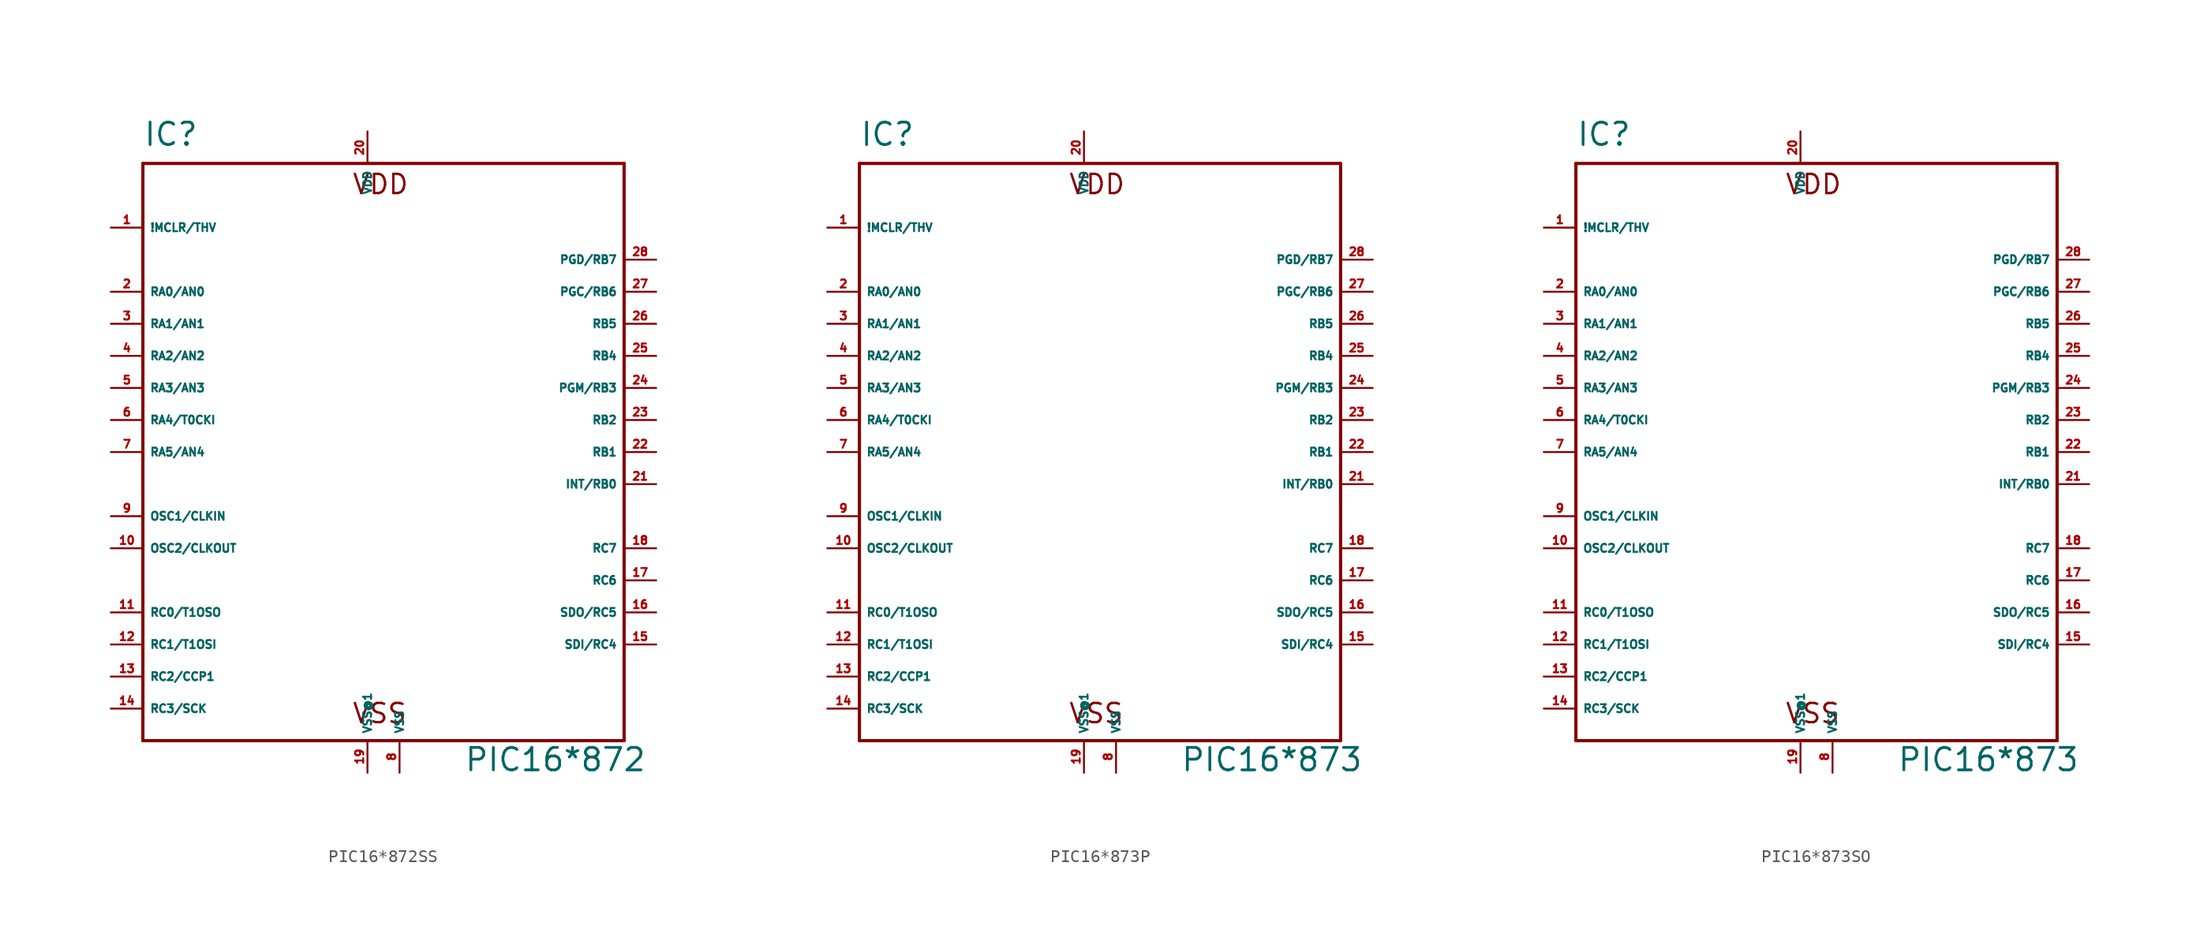
<source format=kicad_sym>
(kicad_symbol_lib
  (version 20220914)
  (generator Eagle2Kicad)
  (symbol "PIC16*872SS"
    (property "Reference" "IC"
      (at -17.78 24.13 0)
      (effects (font (size 1.778 1.778) (thickness 0.22)) (justify left bottom)))
    (property "Value" "PIC16*872"
      (at 7.62 -25.4 0)
      (effects (font (size 1.778 1.778) (thickness 0.22)) (justify left bottom)))
    (polyline
      (pts (xy -17.78 22.86) (xy 20.32 22.86))
      (stroke (width 0.254) (type default))
      (fill (type none)))
    (polyline
      (pts (xy 20.32 22.86) (xy 20.32 -22.86))
      (stroke (width 0.254) (type default))
      (fill (type none)))
    (polyline
      (pts (xy 20.32 -22.86) (xy -17.78 -22.86))
      (stroke (width 0.254) (type default))
      (fill (type none)))
    (polyline
      (pts (xy -17.78 -22.86) (xy -17.78 22.86))
      (stroke (width 0.254) (type default))
      (fill (type none)))
    (text "VDD"
      (at -1.27 20.32 0)
      (effects (font (size 1.524 1.524) (thickness 0.19)) (justify left bottom)))
    (text "VSS"
      (at -1.27 -21.59 0)
      (effects (font (size 1.524 1.524) (thickness 0.19)) (justify left bottom)))
    (pin input line
      (at -20.32 17.78 0)
      (length 2.54)
      (name "!MCLR/THV" (effects (font (size 0.635 0.635) (thickness 0.08)) (justify left bottom)))
      (number "1" (effects (font (size 0.635 0.635) (thickness 0.08)) (justify left bottom))))
    (pin bidirectional line
      (at -20.32 12.7 0)
      (length 2.54)
      (name "RA0/AN0" (effects (font (size 0.635 0.635) (thickness 0.08)) (justify left bottom)))
      (number "2" (effects (font (size 0.635 0.635) (thickness 0.08)) (justify left bottom))))
    (pin bidirectional line
      (at -20.32 10.16 0)
      (length 2.54)
      (name "RA1/AN1" (effects (font (size 0.635 0.635) (thickness 0.08)) (justify left bottom)))
      (number "3" (effects (font (size 0.635 0.635) (thickness 0.08)) (justify left bottom))))
    (pin bidirectional line
      (at -20.32 7.62 0)
      (length 2.54)
      (name "RA2/AN2" (effects (font (size 0.635 0.635) (thickness 0.08)) (justify left bottom)))
      (number "4" (effects (font (size 0.635 0.635) (thickness 0.08)) (justify left bottom))))
    (pin bidirectional line
      (at -20.32 5.08 0)
      (length 2.54)
      (name "RA3/AN3" (effects (font (size 0.635 0.635) (thickness 0.08)) (justify left bottom)))
      (number "5" (effects (font (size 0.635 0.635) (thickness 0.08)) (justify left bottom))))
    (pin bidirectional line
      (at -20.32 2.54 0)
      (length 2.54)
      (name "RA4/T0CKI" (effects (font (size 0.635 0.635) (thickness 0.08)) (justify left bottom)))
      (number "6" (effects (font (size 0.635 0.635) (thickness 0.08)) (justify left bottom))))
    (pin bidirectional line
      (at -20.32 0 0)
      (length 2.54)
      (name "RA5/AN4" (effects (font (size 0.635 0.635) (thickness 0.08)) (justify left bottom)))
      (number "7" (effects (font (size 0.635 0.635) (thickness 0.08)) (justify left bottom))))
    (pin input line
      (at -20.32 -5.08 0)
      (length 2.54)
      (name "OSC1/CLKIN" (effects (font (size 0.635 0.635) (thickness 0.08)) (justify left bottom)))
      (number "9" (effects (font (size 0.635 0.635) (thickness 0.08)) (justify left bottom))))
    (pin output line
      (at -20.32 -7.62 0)
      (length 2.54)
      (name "OSC2/CLKOUT" (effects (font (size 0.635 0.635) (thickness 0.08)) (justify left bottom)))
      (number "10" (effects (font (size 0.635 0.635) (thickness 0.08)) (justify left bottom))))
    (pin bidirectional line
      (at -20.32 -12.7 0)
      (length 2.54)
      (name "RC0/T1OSO" (effects (font (size 0.635 0.635) (thickness 0.08)) (justify left bottom)))
      (number "11" (effects (font (size 0.635 0.635) (thickness 0.08)) (justify left bottom))))
    (pin bidirectional line
      (at -20.32 -15.24 0)
      (length 2.54)
      (name "RC1/T1OSI" (effects (font (size 0.635 0.635) (thickness 0.08)) (justify left bottom)))
      (number "12" (effects (font (size 0.635 0.635) (thickness 0.08)) (justify left bottom))))
    (pin bidirectional line
      (at -20.32 -17.78 0)
      (length 2.54)
      (name "RC2/CCP1" (effects (font (size 0.635 0.635) (thickness 0.08)) (justify left bottom)))
      (number "13" (effects (font (size 0.635 0.635) (thickness 0.08)) (justify left bottom))))
    (pin bidirectional line
      (at -20.32 -20.32 0)
      (length 2.54)
      (name "RC3/SCK" (effects (font (size 0.635 0.635) (thickness 0.08)) (justify left bottom)))
      (number "14" (effects (font (size 0.635 0.635) (thickness 0.08)) (justify left bottom))))
    (pin bidirectional line
      (at 22.86 -15.24 180)
      (length 2.54)
      (name "SDI/RC4" (effects (font (size 0.635 0.635) (thickness 0.08)) (justify left bottom)))
      (number "15" (effects (font (size 0.635 0.635) (thickness 0.08)) (justify left bottom))))
    (pin bidirectional line
      (at 22.86 -12.7 180)
      (length 2.54)
      (name "SDO/RC5" (effects (font (size 0.635 0.635) (thickness 0.08)) (justify left bottom)))
      (number "16" (effects (font (size 0.635 0.635) (thickness 0.08)) (justify left bottom))))
    (pin bidirectional line
      (at 22.86 -10.16 180)
      (length 2.54)
      (name "RC6" (effects (font (size 0.635 0.635) (thickness 0.08)) (justify left bottom)))
      (number "17" (effects (font (size 0.635 0.635) (thickness 0.08)) (justify left bottom))))
    (pin bidirectional line
      (at 22.86 -7.62 180)
      (length 2.54)
      (name "RC7" (effects (font (size 0.635 0.635) (thickness 0.08)) (justify left bottom)))
      (number "18" (effects (font (size 0.635 0.635) (thickness 0.08)) (justify left bottom))))
    (pin unspecified line
      (at 2.54 -25.4 90)
      (length 2.54)
      (name "VSS" (effects (font (size 0.635 0.635) (thickness 0.08)) (justify left bottom)))
      (number "8" (effects (font (size 0.635 0.635) (thickness 0.08)) (justify left bottom))))
    (pin unspecified line
      (at 0 25.4 270)
      (length 2.54)
      (name "VDD" (effects (font (size 0.635 0.635) (thickness 0.08)) (justify left bottom)))
      (number "20" (effects (font (size 0.635 0.635) (thickness 0.08)) (justify left bottom))))
    (pin bidirectional line
      (at 22.86 -2.54 180)
      (length 2.54)
      (name "INT/RB0" (effects (font (size 0.635 0.635) (thickness 0.08)) (justify left bottom)))
      (number "21" (effects (font (size 0.635 0.635) (thickness 0.08)) (justify left bottom))))
    (pin bidirectional line
      (at 22.86 0 180)
      (length 2.54)
      (name "RB1" (effects (font (size 0.635 0.635) (thickness 0.08)) (justify left bottom)))
      (number "22" (effects (font (size 0.635 0.635) (thickness 0.08)) (justify left bottom))))
    (pin bidirectional line
      (at 22.86 2.54 180)
      (length 2.54)
      (name "RB2" (effects (font (size 0.635 0.635) (thickness 0.08)) (justify left bottom)))
      (number "23" (effects (font (size 0.635 0.635) (thickness 0.08)) (justify left bottom))))
    (pin bidirectional line
      (at 22.86 5.08 180)
      (length 2.54)
      (name "PGM/RB3" (effects (font (size 0.635 0.635) (thickness 0.08)) (justify left bottom)))
      (number "24" (effects (font (size 0.635 0.635) (thickness 0.08)) (justify left bottom))))
    (pin bidirectional line
      (at 22.86 7.62 180)
      (length 2.54)
      (name "RB4" (effects (font (size 0.635 0.635) (thickness 0.08)) (justify left bottom)))
      (number "25" (effects (font (size 0.635 0.635) (thickness 0.08)) (justify left bottom))))
    (pin bidirectional line
      (at 22.86 10.16 180)
      (length 2.54)
      (name "RB5" (effects (font (size 0.635 0.635) (thickness 0.08)) (justify left bottom)))
      (number "26" (effects (font (size 0.635 0.635) (thickness 0.08)) (justify left bottom))))
    (pin bidirectional line
      (at 22.86 12.7 180)
      (length 2.54)
      (name "PGC/RB6" (effects (font (size 0.635 0.635) (thickness 0.08)) (justify left bottom)))
      (number "27" (effects (font (size 0.635 0.635) (thickness 0.08)) (justify left bottom))))
    (pin bidirectional line
      (at 22.86 15.24 180)
      (length 2.54)
      (name "PGD/RB7" (effects (font (size 0.635 0.635) (thickness 0.08)) (justify left bottom)))
      (number "28" (effects (font (size 0.635 0.635) (thickness 0.08)) (justify left bottom))))
    (pin unspecified line
      (at 0 -25.4 90)
      (length 2.54)
      (name "VSS@1" (effects (font (size 0.635 0.635) (thickness 0.08)) (justify left bottom)))
      (number "19" (effects (font (size 0.635 0.635) (thickness 0.08)) (justify left bottom)))))
  (symbol "PIC16*873P"
    (property "Reference" "IC"
      (at -17.78 24.13 0)
      (effects (font (size 1.778 1.778) (thickness 0.22)) (justify left bottom)))
    (property "Value" "PIC16*873"
      (at 7.62 -25.4 0)
      (effects (font (size 1.778 1.778) (thickness 0.22)) (justify left bottom)))
    (polyline
      (pts (xy -17.78 22.86) (xy 20.32 22.86))
      (stroke (width 0.254) (type default))
      (fill (type none)))
    (polyline
      (pts (xy 20.32 22.86) (xy 20.32 -22.86))
      (stroke (width 0.254) (type default))
      (fill (type none)))
    (polyline
      (pts (xy 20.32 -22.86) (xy -17.78 -22.86))
      (stroke (width 0.254) (type default))
      (fill (type none)))
    (polyline
      (pts (xy -17.78 -22.86) (xy -17.78 22.86))
      (stroke (width 0.254) (type default))
      (fill (type none)))
    (text "VDD"
      (at -1.27 20.32 0)
      (effects (font (size 1.524 1.524) (thickness 0.19)) (justify left bottom)))
    (text "VSS"
      (at -1.27 -21.59 0)
      (effects (font (size 1.524 1.524) (thickness 0.19)) (justify left bottom)))
    (pin input line
      (at -20.32 17.78 0)
      (length 2.54)
      (name "!MCLR/THV" (effects (font (size 0.635 0.635) (thickness 0.08)) (justify left bottom)))
      (number "1" (effects (font (size 0.635 0.635) (thickness 0.08)) (justify left bottom))))
    (pin bidirectional line
      (at -20.32 12.7 0)
      (length 2.54)
      (name "RA0/AN0" (effects (font (size 0.635 0.635) (thickness 0.08)) (justify left bottom)))
      (number "2" (effects (font (size 0.635 0.635) (thickness 0.08)) (justify left bottom))))
    (pin bidirectional line
      (at -20.32 10.16 0)
      (length 2.54)
      (name "RA1/AN1" (effects (font (size 0.635 0.635) (thickness 0.08)) (justify left bottom)))
      (number "3" (effects (font (size 0.635 0.635) (thickness 0.08)) (justify left bottom))))
    (pin bidirectional line
      (at -20.32 7.62 0)
      (length 2.54)
      (name "RA2/AN2" (effects (font (size 0.635 0.635) (thickness 0.08)) (justify left bottom)))
      (number "4" (effects (font (size 0.635 0.635) (thickness 0.08)) (justify left bottom))))
    (pin bidirectional line
      (at -20.32 5.08 0)
      (length 2.54)
      (name "RA3/AN3" (effects (font (size 0.635 0.635) (thickness 0.08)) (justify left bottom)))
      (number "5" (effects (font (size 0.635 0.635) (thickness 0.08)) (justify left bottom))))
    (pin bidirectional line
      (at -20.32 2.54 0)
      (length 2.54)
      (name "RA4/T0CKI" (effects (font (size 0.635 0.635) (thickness 0.08)) (justify left bottom)))
      (number "6" (effects (font (size 0.635 0.635) (thickness 0.08)) (justify left bottom))))
    (pin bidirectional line
      (at -20.32 0 0)
      (length 2.54)
      (name "RA5/AN4" (effects (font (size 0.635 0.635) (thickness 0.08)) (justify left bottom)))
      (number "7" (effects (font (size 0.635 0.635) (thickness 0.08)) (justify left bottom))))
    (pin input line
      (at -20.32 -5.08 0)
      (length 2.54)
      (name "OSC1/CLKIN" (effects (font (size 0.635 0.635) (thickness 0.08)) (justify left bottom)))
      (number "9" (effects (font (size 0.635 0.635) (thickness 0.08)) (justify left bottom))))
    (pin output line
      (at -20.32 -7.62 0)
      (length 2.54)
      (name "OSC2/CLKOUT" (effects (font (size 0.635 0.635) (thickness 0.08)) (justify left bottom)))
      (number "10" (effects (font (size 0.635 0.635) (thickness 0.08)) (justify left bottom))))
    (pin bidirectional line
      (at -20.32 -12.7 0)
      (length 2.54)
      (name "RC0/T1OSO" (effects (font (size 0.635 0.635) (thickness 0.08)) (justify left bottom)))
      (number "11" (effects (font (size 0.635 0.635) (thickness 0.08)) (justify left bottom))))
    (pin bidirectional line
      (at -20.32 -15.24 0)
      (length 2.54)
      (name "RC1/T1OSI" (effects (font (size 0.635 0.635) (thickness 0.08)) (justify left bottom)))
      (number "12" (effects (font (size 0.635 0.635) (thickness 0.08)) (justify left bottom))))
    (pin bidirectional line
      (at -20.32 -17.78 0)
      (length 2.54)
      (name "RC2/CCP1" (effects (font (size 0.635 0.635) (thickness 0.08)) (justify left bottom)))
      (number "13" (effects (font (size 0.635 0.635) (thickness 0.08)) (justify left bottom))))
    (pin bidirectional line
      (at -20.32 -20.32 0)
      (length 2.54)
      (name "RC3/SCK" (effects (font (size 0.635 0.635) (thickness 0.08)) (justify left bottom)))
      (number "14" (effects (font (size 0.635 0.635) (thickness 0.08)) (justify left bottom))))
    (pin bidirectional line
      (at 22.86 -15.24 180)
      (length 2.54)
      (name "SDI/RC4" (effects (font (size 0.635 0.635) (thickness 0.08)) (justify left bottom)))
      (number "15" (effects (font (size 0.635 0.635) (thickness 0.08)) (justify left bottom))))
    (pin bidirectional line
      (at 22.86 -12.7 180)
      (length 2.54)
      (name "SDO/RC5" (effects (font (size 0.635 0.635) (thickness 0.08)) (justify left bottom)))
      (number "16" (effects (font (size 0.635 0.635) (thickness 0.08)) (justify left bottom))))
    (pin bidirectional line
      (at 22.86 -10.16 180)
      (length 2.54)
      (name "RC6" (effects (font (size 0.635 0.635) (thickness 0.08)) (justify left bottom)))
      (number "17" (effects (font (size 0.635 0.635) (thickness 0.08)) (justify left bottom))))
    (pin bidirectional line
      (at 22.86 -7.62 180)
      (length 2.54)
      (name "RC7" (effects (font (size 0.635 0.635) (thickness 0.08)) (justify left bottom)))
      (number "18" (effects (font (size 0.635 0.635) (thickness 0.08)) (justify left bottom))))
    (pin unspecified line
      (at 2.54 -25.4 90)
      (length 2.54)
      (name "VSS" (effects (font (size 0.635 0.635) (thickness 0.08)) (justify left bottom)))
      (number "8" (effects (font (size 0.635 0.635) (thickness 0.08)) (justify left bottom))))
    (pin unspecified line
      (at 0 25.4 270)
      (length 2.54)
      (name "VDD" (effects (font (size 0.635 0.635) (thickness 0.08)) (justify left bottom)))
      (number "20" (effects (font (size 0.635 0.635) (thickness 0.08)) (justify left bottom))))
    (pin bidirectional line
      (at 22.86 -2.54 180)
      (length 2.54)
      (name "INT/RB0" (effects (font (size 0.635 0.635) (thickness 0.08)) (justify left bottom)))
      (number "21" (effects (font (size 0.635 0.635) (thickness 0.08)) (justify left bottom))))
    (pin bidirectional line
      (at 22.86 0 180)
      (length 2.54)
      (name "RB1" (effects (font (size 0.635 0.635) (thickness 0.08)) (justify left bottom)))
      (number "22" (effects (font (size 0.635 0.635) (thickness 0.08)) (justify left bottom))))
    (pin bidirectional line
      (at 22.86 2.54 180)
      (length 2.54)
      (name "RB2" (effects (font (size 0.635 0.635) (thickness 0.08)) (justify left bottom)))
      (number "23" (effects (font (size 0.635 0.635) (thickness 0.08)) (justify left bottom))))
    (pin bidirectional line
      (at 22.86 5.08 180)
      (length 2.54)
      (name "PGM/RB3" (effects (font (size 0.635 0.635) (thickness 0.08)) (justify left bottom)))
      (number "24" (effects (font (size 0.635 0.635) (thickness 0.08)) (justify left bottom))))
    (pin bidirectional line
      (at 22.86 7.62 180)
      (length 2.54)
      (name "RB4" (effects (font (size 0.635 0.635) (thickness 0.08)) (justify left bottom)))
      (number "25" (effects (font (size 0.635 0.635) (thickness 0.08)) (justify left bottom))))
    (pin bidirectional line
      (at 22.86 10.16 180)
      (length 2.54)
      (name "RB5" (effects (font (size 0.635 0.635) (thickness 0.08)) (justify left bottom)))
      (number "26" (effects (font (size 0.635 0.635) (thickness 0.08)) (justify left bottom))))
    (pin bidirectional line
      (at 22.86 12.7 180)
      (length 2.54)
      (name "PGC/RB6" (effects (font (size 0.635 0.635) (thickness 0.08)) (justify left bottom)))
      (number "27" (effects (font (size 0.635 0.635) (thickness 0.08)) (justify left bottom))))
    (pin bidirectional line
      (at 22.86 15.24 180)
      (length 2.54)
      (name "PGD/RB7" (effects (font (size 0.635 0.635) (thickness 0.08)) (justify left bottom)))
      (number "28" (effects (font (size 0.635 0.635) (thickness 0.08)) (justify left bottom))))
    (pin unspecified line
      (at 0 -25.4 90)
      (length 2.54)
      (name "VSS@1" (effects (font (size 0.635 0.635) (thickness 0.08)) (justify left bottom)))
      (number "19" (effects (font (size 0.635 0.635) (thickness 0.08)) (justify left bottom)))))
  (symbol "PIC16*873SO"
    (property "Reference" "IC"
      (at -17.78 24.13 0)
      (effects (font (size 1.778 1.778) (thickness 0.22)) (justify left bottom)))
    (property "Value" "PIC16*873"
      (at 7.62 -25.4 0)
      (effects (font (size 1.778 1.778) (thickness 0.22)) (justify left bottom)))
    (polyline
      (pts (xy -17.78 22.86) (xy 20.32 22.86))
      (stroke (width 0.254) (type default))
      (fill (type none)))
    (polyline
      (pts (xy 20.32 22.86) (xy 20.32 -22.86))
      (stroke (width 0.254) (type default))
      (fill (type none)))
    (polyline
      (pts (xy 20.32 -22.86) (xy -17.78 -22.86))
      (stroke (width 0.254) (type default))
      (fill (type none)))
    (polyline
      (pts (xy -17.78 -22.86) (xy -17.78 22.86))
      (stroke (width 0.254) (type default))
      (fill (type none)))
    (text "VDD"
      (at -1.27 20.32 0)
      (effects (font (size 1.524 1.524) (thickness 0.19)) (justify left bottom)))
    (text "VSS"
      (at -1.27 -21.59 0)
      (effects (font (size 1.524 1.524) (thickness 0.19)) (justify left bottom)))
    (pin input line
      (at -20.32 17.78 0)
      (length 2.54)
      (name "!MCLR/THV" (effects (font (size 0.635 0.635) (thickness 0.08)) (justify left bottom)))
      (number "1" (effects (font (size 0.635 0.635) (thickness 0.08)) (justify left bottom))))
    (pin bidirectional line
      (at -20.32 12.7 0)
      (length 2.54)
      (name "RA0/AN0" (effects (font (size 0.635 0.635) (thickness 0.08)) (justify left bottom)))
      (number "2" (effects (font (size 0.635 0.635) (thickness 0.08)) (justify left bottom))))
    (pin bidirectional line
      (at -20.32 10.16 0)
      (length 2.54)
      (name "RA1/AN1" (effects (font (size 0.635 0.635) (thickness 0.08)) (justify left bottom)))
      (number "3" (effects (font (size 0.635 0.635) (thickness 0.08)) (justify left bottom))))
    (pin bidirectional line
      (at -20.32 7.62 0)
      (length 2.54)
      (name "RA2/AN2" (effects (font (size 0.635 0.635) (thickness 0.08)) (justify left bottom)))
      (number "4" (effects (font (size 0.635 0.635) (thickness 0.08)) (justify left bottom))))
    (pin bidirectional line
      (at -20.32 5.08 0)
      (length 2.54)
      (name "RA3/AN3" (effects (font (size 0.635 0.635) (thickness 0.08)) (justify left bottom)))
      (number "5" (effects (font (size 0.635 0.635) (thickness 0.08)) (justify left bottom))))
    (pin bidirectional line
      (at -20.32 2.54 0)
      (length 2.54)
      (name "RA4/T0CKI" (effects (font (size 0.635 0.635) (thickness 0.08)) (justify left bottom)))
      (number "6" (effects (font (size 0.635 0.635) (thickness 0.08)) (justify left bottom))))
    (pin bidirectional line
      (at -20.32 0 0)
      (length 2.54)
      (name "RA5/AN4" (effects (font (size 0.635 0.635) (thickness 0.08)) (justify left bottom)))
      (number "7" (effects (font (size 0.635 0.635) (thickness 0.08)) (justify left bottom))))
    (pin input line
      (at -20.32 -5.08 0)
      (length 2.54)
      (name "OSC1/CLKIN" (effects (font (size 0.635 0.635) (thickness 0.08)) (justify left bottom)))
      (number "9" (effects (font (size 0.635 0.635) (thickness 0.08)) (justify left bottom))))
    (pin output line
      (at -20.32 -7.62 0)
      (length 2.54)
      (name "OSC2/CLKOUT" (effects (font (size 0.635 0.635) (thickness 0.08)) (justify left bottom)))
      (number "10" (effects (font (size 0.635 0.635) (thickness 0.08)) (justify left bottom))))
    (pin bidirectional line
      (at -20.32 -12.7 0)
      (length 2.54)
      (name "RC0/T1OSO" (effects (font (size 0.635 0.635) (thickness 0.08)) (justify left bottom)))
      (number "11" (effects (font (size 0.635 0.635) (thickness 0.08)) (justify left bottom))))
    (pin bidirectional line
      (at -20.32 -15.24 0)
      (length 2.54)
      (name "RC1/T1OSI" (effects (font (size 0.635 0.635) (thickness 0.08)) (justify left bottom)))
      (number "12" (effects (font (size 0.635 0.635) (thickness 0.08)) (justify left bottom))))
    (pin bidirectional line
      (at -20.32 -17.78 0)
      (length 2.54)
      (name "RC2/CCP1" (effects (font (size 0.635 0.635) (thickness 0.08)) (justify left bottom)))
      (number "13" (effects (font (size 0.635 0.635) (thickness 0.08)) (justify left bottom))))
    (pin bidirectional line
      (at -20.32 -20.32 0)
      (length 2.54)
      (name "RC3/SCK" (effects (font (size 0.635 0.635) (thickness 0.08)) (justify left bottom)))
      (number "14" (effects (font (size 0.635 0.635) (thickness 0.08)) (justify left bottom))))
    (pin bidirectional line
      (at 22.86 -15.24 180)
      (length 2.54)
      (name "SDI/RC4" (effects (font (size 0.635 0.635) (thickness 0.08)) (justify left bottom)))
      (number "15" (effects (font (size 0.635 0.635) (thickness 0.08)) (justify left bottom))))
    (pin bidirectional line
      (at 22.86 -12.7 180)
      (length 2.54)
      (name "SDO/RC5" (effects (font (size 0.635 0.635) (thickness 0.08)) (justify left bottom)))
      (number "16" (effects (font (size 0.635 0.635) (thickness 0.08)) (justify left bottom))))
    (pin bidirectional line
      (at 22.86 -10.16 180)
      (length 2.54)
      (name "RC6" (effects (font (size 0.635 0.635) (thickness 0.08)) (justify left bottom)))
      (number "17" (effects (font (size 0.635 0.635) (thickness 0.08)) (justify left bottom))))
    (pin bidirectional line
      (at 22.86 -7.62 180)
      (length 2.54)
      (name "RC7" (effects (font (size 0.635 0.635) (thickness 0.08)) (justify left bottom)))
      (number "18" (effects (font (size 0.635 0.635) (thickness 0.08)) (justify left bottom))))
    (pin unspecified line
      (at 2.54 -25.4 90)
      (length 2.54)
      (name "VSS" (effects (font (size 0.635 0.635) (thickness 0.08)) (justify left bottom)))
      (number "8" (effects (font (size 0.635 0.635) (thickness 0.08)) (justify left bottom))))
    (pin unspecified line
      (at 0 25.4 270)
      (length 2.54)
      (name "VDD" (effects (font (size 0.635 0.635) (thickness 0.08)) (justify left bottom)))
      (number "20" (effects (font (size 0.635 0.635) (thickness 0.08)) (justify left bottom))))
    (pin bidirectional line
      (at 22.86 -2.54 180)
      (length 2.54)
      (name "INT/RB0" (effects (font (size 0.635 0.635) (thickness 0.08)) (justify left bottom)))
      (number "21" (effects (font (size 0.635 0.635) (thickness 0.08)) (justify left bottom))))
    (pin bidirectional line
      (at 22.86 0 180)
      (length 2.54)
      (name "RB1" (effects (font (size 0.635 0.635) (thickness 0.08)) (justify left bottom)))
      (number "22" (effects (font (size 0.635 0.635) (thickness 0.08)) (justify left bottom))))
    (pin bidirectional line
      (at 22.86 2.54 180)
      (length 2.54)
      (name "RB2" (effects (font (size 0.635 0.635) (thickness 0.08)) (justify left bottom)))
      (number "23" (effects (font (size 0.635 0.635) (thickness 0.08)) (justify left bottom))))
    (pin bidirectional line
      (at 22.86 5.08 180)
      (length 2.54)
      (name "PGM/RB3" (effects (font (size 0.635 0.635) (thickness 0.08)) (justify left bottom)))
      (number "24" (effects (font (size 0.635 0.635) (thickness 0.08)) (justify left bottom))))
    (pin bidirectional line
      (at 22.86 7.62 180)
      (length 2.54)
      (name "RB4" (effects (font (size 0.635 0.635) (thickness 0.08)) (justify left bottom)))
      (number "25" (effects (font (size 0.635 0.635) (thickness 0.08)) (justify left bottom))))
    (pin bidirectional line
      (at 22.86 10.16 180)
      (length 2.54)
      (name "RB5" (effects (font (size 0.635 0.635) (thickness 0.08)) (justify left bottom)))
      (number "26" (effects (font (size 0.635 0.635) (thickness 0.08)) (justify left bottom))))
    (pin bidirectional line
      (at 22.86 12.7 180)
      (length 2.54)
      (name "PGC/RB6" (effects (font (size 0.635 0.635) (thickness 0.08)) (justify left bottom)))
      (number "27" (effects (font (size 0.635 0.635) (thickness 0.08)) (justify left bottom))))
    (pin bidirectional line
      (at 22.86 15.24 180)
      (length 2.54)
      (name "PGD/RB7" (effects (font (size 0.635 0.635) (thickness 0.08)) (justify left bottom)))
      (number "28" (effects (font (size 0.635 0.635) (thickness 0.08)) (justify left bottom))))
    (pin unspecified line
      (at 0 -25.4 90)
      (length 2.54)
      (name "VSS@1" (effects (font (size 0.635 0.635) (thickness 0.08)) (justify left bottom)))
      (number "19" (effects (font (size 0.635 0.635) (thickness 0.08)) (justify left bottom))))))
</source>
